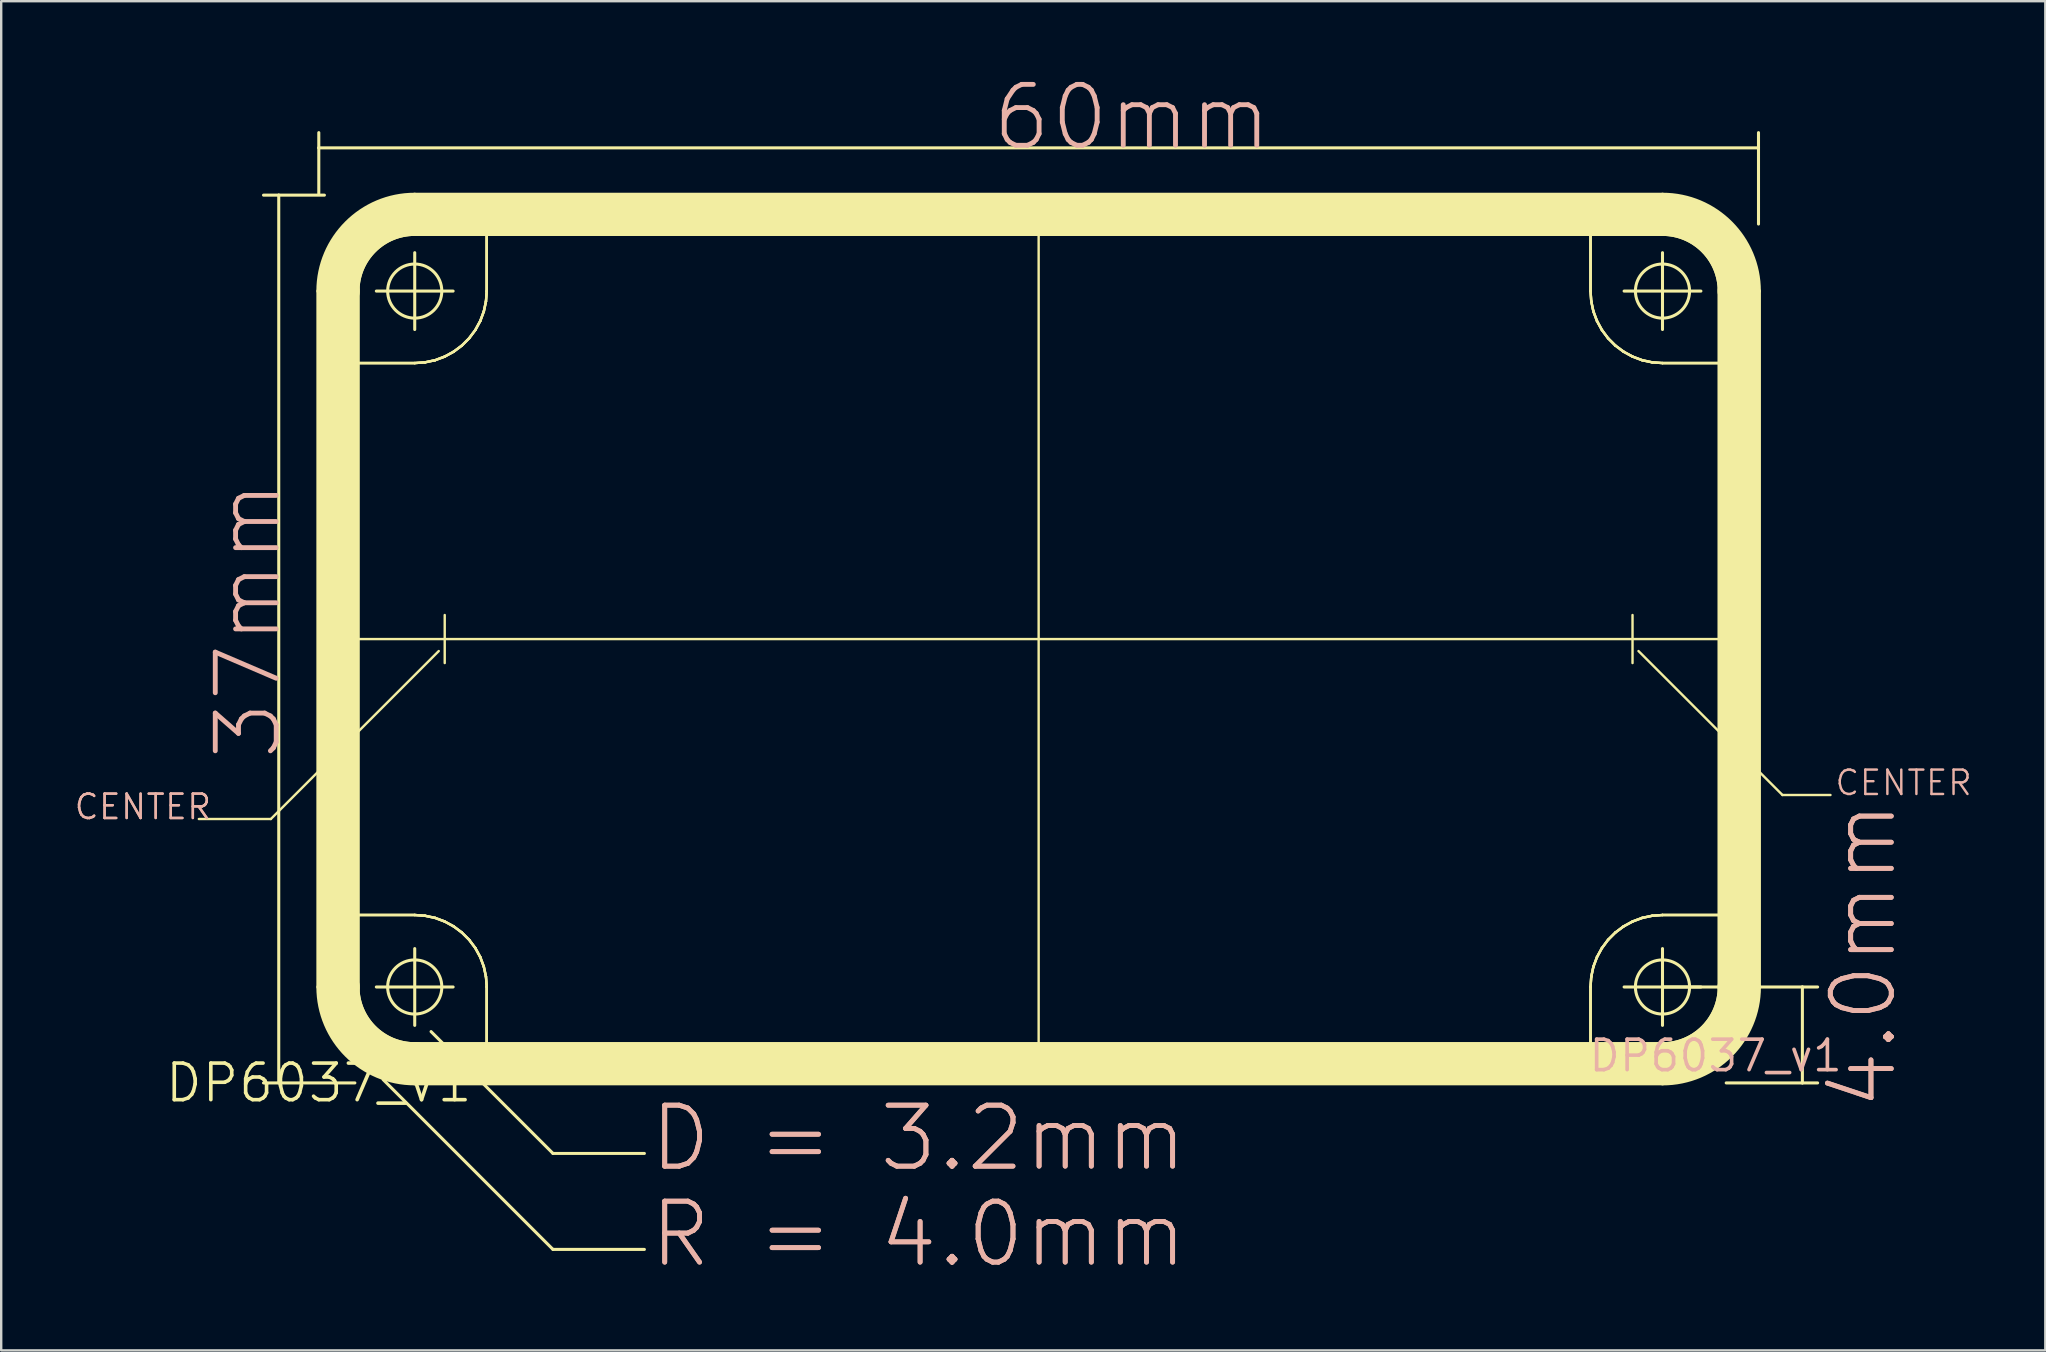
<source format=kicad_pcb>
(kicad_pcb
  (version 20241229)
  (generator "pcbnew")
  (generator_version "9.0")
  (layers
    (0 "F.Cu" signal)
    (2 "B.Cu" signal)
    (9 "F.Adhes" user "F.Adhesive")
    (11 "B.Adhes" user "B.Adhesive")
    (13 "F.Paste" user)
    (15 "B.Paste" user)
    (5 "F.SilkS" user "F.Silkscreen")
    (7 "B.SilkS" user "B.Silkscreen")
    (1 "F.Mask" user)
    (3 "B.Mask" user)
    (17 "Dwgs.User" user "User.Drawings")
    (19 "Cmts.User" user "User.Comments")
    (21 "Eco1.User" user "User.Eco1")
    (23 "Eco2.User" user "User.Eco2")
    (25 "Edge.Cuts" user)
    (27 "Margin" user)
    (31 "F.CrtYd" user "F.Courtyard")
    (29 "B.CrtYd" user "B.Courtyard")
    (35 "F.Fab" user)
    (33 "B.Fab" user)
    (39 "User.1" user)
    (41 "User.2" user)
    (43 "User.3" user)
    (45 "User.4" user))
  (footprint "DP6037_V1"
    (layer "F.Cu")
    (at 10.236 42.081)
    (property "Reference" "DP6037_V1" (at 0 0 0) (layer "F.SilkS") (effects (font (size 1.524 1.524) (thickness 0.15))))
    (attr exclude_from_pos_files exclude_from_bom)
    (fp_line (start -2.304 -36.998) (end -1.669 -36.998) (stroke (width 0.127) (type solid)) (layer "F.SilkS"))
    (fp_line (start -2.304 0) (end -1.669 0) (stroke (width 0.127) (type solid)) (layer "F.SilkS"))
    (fp_line (start -1.999 -10.998) (end -4.999 -10.998) (stroke (width 0.1) (type solid)) (layer "F.SilkS"))
    (fp_line (start -1.669 -36.998) (end 0.234 -36.998) (stroke (width 0.127) (type solid)) (layer "F.SilkS"))
    (fp_line (start -1.669 0) (end -1.669 -36.998) (stroke (width 0.127) (type solid)) (layer "F.SilkS"))
    (fp_line (start -1.669 0) (end 1.504 0) (stroke (width 0.127) (type solid)) (layer "F.SilkS"))
    (fp_line (start 0 -39.604) (end 0 -38.969) (stroke (width 0.127) (type solid)) (layer "F.SilkS"))
    (fp_line (start 0 -38.969) (end 0 -37.064) (stroke (width 0.127) (type solid)) (layer "F.SilkS"))
    (fp_line (start 0 -38.969) (end 60 -38.969) (stroke (width 0.127) (type solid)) (layer "F.SilkS"))
    (fp_line (start 0 -33) (end 0 -3.998) (stroke (width 0.203) (type solid)) (layer "F.SilkS"))
    (fp_line (start 0 -33) (end 0.033 -33.52) (stroke (width 0.1) (type solid)) (layer "F.SilkS"))
    (fp_line (start 0 -33) (end 0.033 -33.52) (stroke (width 0.1) (type solid)) (layer "F.SilkS"))
    (fp_line (start 0 -33) (end 0.033 -33.52) (stroke (width 0.1) (type solid)) (layer "F.SilkS"))
    (fp_line (start 0 -30) (end 0 -33) (stroke (width 0.1) (type solid)) (layer "F.SilkS"))
    (fp_line (start 0 -30) (end 0 -33) (stroke (width 0.1) (type solid)) (layer "F.SilkS"))
    (fp_line (start 0 -30) (end 0 -33) (stroke (width 0.1) (type solid)) (layer "F.SilkS"))
    (fp_line (start 0 -18.499) (end 60 -18.499) (stroke (width 0.1) (type solid)) (layer "F.SilkS"))
    (fp_line (start 0 -6.998) (end 3.998 -6.998) (stroke (width 0.1) (type solid)) (layer "F.SilkS"))
    (fp_line (start 0 -6.998) (end 3.998 -6.998) (stroke (width 0.1) (type solid)) (layer "F.SilkS"))
    (fp_line (start 0 -6.998) (end 3.998 -6.998) (stroke (width 0.1) (type solid)) (layer "F.SilkS"))
    (fp_line (start 0 -3.998) (end 0 -6.998) (stroke (width 0.1) (type solid)) (layer "F.SilkS"))
    (fp_line (start 0 -3.998) (end 0 -6.998) (stroke (width 0.1) (type solid)) (layer "F.SilkS"))
    (fp_line (start 0 -3.998) (end 0 -6.998) (stroke (width 0.1) (type solid)) (layer "F.SilkS"))
    (fp_line (start 0.033 -33.52) (end 0.135 -34.033) (stroke (width 0.1) (type solid)) (layer "F.SilkS"))
    (fp_line (start 0.033 -33.52) (end 0.135 -34.033) (stroke (width 0.1) (type solid)) (layer "F.SilkS"))
    (fp_line (start 0.033 -33.52) (end 0.135 -34.033) (stroke (width 0.1) (type solid)) (layer "F.SilkS"))
    (fp_line (start 0.033 -3.477) (end 0 -3.998) (stroke (width 0.1) (type solid)) (layer "F.SilkS"))
    (fp_line (start 0.033 -3.477) (end 0 -3.998) (stroke (width 0.1) (type solid)) (layer "F.SilkS"))
    (fp_line (start 0.033 -3.477) (end 0 -3.998) (stroke (width 0.1) (type solid)) (layer "F.SilkS"))
    (fp_line (start 0.135 -34.033) (end 0.302 -34.529) (stroke (width 0.1) (type solid)) (layer "F.SilkS"))
    (fp_line (start 0.135 -34.033) (end 0.302 -34.529) (stroke (width 0.1) (type solid)) (layer "F.SilkS"))
    (fp_line (start 0.135 -34.033) (end 0.302 -34.529) (stroke (width 0.1) (type solid)) (layer "F.SilkS"))
    (fp_line (start 0.135 -2.964) (end 0.033 -3.477) (stroke (width 0.1) (type solid)) (layer "F.SilkS"))
    (fp_line (start 0.135 -2.964) (end 0.033 -3.477) (stroke (width 0.1) (type solid)) (layer "F.SilkS"))
    (fp_line (start 0.135 -2.964) (end 0.033 -3.477) (stroke (width 0.1) (type solid)) (layer "F.SilkS"))
    (fp_line (start 0.302 -34.529) (end 0.533 -34.999) (stroke (width 0.1) (type solid)) (layer "F.SilkS"))
    (fp_line (start 0.302 -34.529) (end 0.533 -34.999) (stroke (width 0.1) (type solid)) (layer "F.SilkS"))
    (fp_line (start 0.302 -34.529) (end 0.533 -34.999) (stroke (width 0.1) (type solid)) (layer "F.SilkS"))
    (fp_line (start 0.302 -2.469) (end 0.135 -2.964) (stroke (width 0.1) (type solid)) (layer "F.SilkS"))
    (fp_line (start 0.302 -2.469) (end 0.135 -2.964) (stroke (width 0.1) (type solid)) (layer "F.SilkS"))
    (fp_line (start 0.302 -2.469) (end 0.135 -2.964) (stroke (width 0.1) (type solid)) (layer "F.SilkS"))
    (fp_line (start 0.533 -34.999) (end 0.826 -35.433) (stroke (width 0.1) (type solid)) (layer "F.SilkS"))
    (fp_line (start 0.533 -34.999) (end 0.826 -35.433) (stroke (width 0.1) (type solid)) (layer "F.SilkS"))
    (fp_line (start 0.533 -34.999) (end 0.826 -35.433) (stroke (width 0.1) (type solid)) (layer "F.SilkS"))
    (fp_line (start 0.533 -1.999) (end 0.302 -2.469) (stroke (width 0.1) (type solid)) (layer "F.SilkS"))
    (fp_line (start 0.533 -1.999) (end 0.302 -2.469) (stroke (width 0.1) (type solid)) (layer "F.SilkS"))
    (fp_line (start 0.533 -1.999) (end 0.302 -2.469) (stroke (width 0.1) (type solid)) (layer "F.SilkS"))
    (fp_line (start 0.826 -35.433) (end 1.171 -35.827) (stroke (width 0.1) (type solid)) (layer "F.SilkS"))
    (fp_line (start 0.826 -35.433) (end 1.171 -35.827) (stroke (width 0.1) (type solid)) (layer "F.SilkS"))
    (fp_line (start 0.826 -35.433) (end 1.171 -35.827) (stroke (width 0.1) (type solid)) (layer "F.SilkS"))
    (fp_line (start 0.826 -1.565) (end 0.533 -1.999) (stroke (width 0.1) (type solid)) (layer "F.SilkS"))
    (fp_line (start 0.826 -1.565) (end 0.533 -1.999) (stroke (width 0.1) (type solid)) (layer "F.SilkS"))
    (fp_line (start 0.826 -1.565) (end 0.533 -1.999) (stroke (width 0.1) (type solid)) (layer "F.SilkS"))
    (fp_line (start 0.848 -3.998) (end 0.848 -33) (stroke (width 1.699) (type solid)) (layer "F.SilkS"))
    (fp_line (start 0.848 -3.998) (end 0.848 -33) (stroke (width 1.699) (type solid)) (layer "F.SilkS"))
    (fp_line (start 1.171 -35.827) (end 1.565 -36.172) (stroke (width 0.1) (type solid)) (layer "F.SilkS"))
    (fp_line (start 1.171 -35.827) (end 1.565 -36.172) (stroke (width 0.1) (type solid)) (layer "F.SilkS"))
    (fp_line (start 1.171 -35.827) (end 1.565 -36.172) (stroke (width 0.1) (type solid)) (layer "F.SilkS"))
    (fp_line (start 1.171 -1.171) (end 0.826 -1.565) (stroke (width 0.1) (type solid)) (layer "F.SilkS"))
    (fp_line (start 1.171 -1.171) (end 0.826 -1.565) (stroke (width 0.1) (type solid)) (layer "F.SilkS"))
    (fp_line (start 1.171 -1.171) (end 0.826 -1.565) (stroke (width 0.1) (type solid)) (layer "F.SilkS"))
    (fp_line (start 1.565 -36.172) (end 1.999 -36.462) (stroke (width 0.1) (type solid)) (layer "F.SilkS"))
    (fp_line (start 1.565 -36.172) (end 1.999 -36.462) (stroke (width 0.1) (type solid)) (layer "F.SilkS"))
    (fp_line (start 1.565 -36.172) (end 1.999 -36.462) (stroke (width 0.1) (type solid)) (layer "F.SilkS"))
    (fp_line (start 1.565 -0.826) (end 1.171 -1.171) (stroke (width 0.1) (type solid)) (layer "F.SilkS"))
    (fp_line (start 1.565 -0.826) (end 1.171 -1.171) (stroke (width 0.1) (type solid)) (layer "F.SilkS"))
    (fp_line (start 1.565 -0.826) (end 1.171 -1.171) (stroke (width 0.1) (type solid)) (layer "F.SilkS"))
    (fp_line (start 1.999 -36.462) (end 2.469 -36.695) (stroke (width 0.1) (type solid)) (layer "F.SilkS"))
    (fp_line (start 1.999 -36.462) (end 2.469 -36.695) (stroke (width 0.1) (type solid)) (layer "F.SilkS"))
    (fp_line (start 1.999 -36.462) (end 2.469 -36.695) (stroke (width 0.1) (type solid)) (layer "F.SilkS"))
    (fp_line (start 1.999 -0.533) (end 1.565 -0.826) (stroke (width 0.1) (type solid)) (layer "F.SilkS"))
    (fp_line (start 1.999 -0.533) (end 1.565 -0.826) (stroke (width 0.1) (type solid)) (layer "F.SilkS"))
    (fp_line (start 1.999 -0.533) (end 1.565 -0.826) (stroke (width 0.1) (type solid)) (layer "F.SilkS"))
    (fp_line (start 2.398 -33) (end 5.598 -33) (stroke (width 0.127) (type solid)) (layer "F.SilkS"))
    (fp_line (start 2.398 -3.998) (end 5.598 -3.998) (stroke (width 0.127) (type solid)) (layer "F.SilkS"))
    (fp_line (start 2.469 -36.695) (end 2.964 -36.863) (stroke (width 0.1) (type solid)) (layer "F.SilkS"))
    (fp_line (start 2.469 -36.695) (end 2.964 -36.863) (stroke (width 0.1) (type solid)) (layer "F.SilkS"))
    (fp_line (start 2.469 -36.695) (end 2.964 -36.863) (stroke (width 0.1) (type solid)) (layer "F.SilkS"))
    (fp_line (start 2.469 -0.302) (end 1.999 -0.533) (stroke (width 0.1) (type solid)) (layer "F.SilkS"))
    (fp_line (start 2.469 -0.302) (end 1.999 -0.533) (stroke (width 0.1) (type solid)) (layer "F.SilkS"))
    (fp_line (start 2.469 -0.302) (end 1.999 -0.533) (stroke (width 0.1) (type solid)) (layer "F.SilkS"))
    (fp_line (start 2.68 -0.14) (end 9.759 6.939) (stroke (width 0.127) (type solid)) (layer "F.SilkS"))
    (fp_line (start 2.964 -36.863) (end 3.477 -36.965) (stroke (width 0.1) (type solid)) (layer "F.SilkS"))
    (fp_line (start 2.964 -36.863) (end 3.477 -36.965) (stroke (width 0.1) (type solid)) (layer "F.SilkS"))
    (fp_line (start 2.964 -36.863) (end 3.477 -36.965) (stroke (width 0.1) (type solid)) (layer "F.SilkS"))
    (fp_line (start 2.964 -0.135) (end 2.469 -0.302) (stroke (width 0.1) (type solid)) (layer "F.SilkS"))
    (fp_line (start 2.964 -0.135) (end 2.469 -0.302) (stroke (width 0.1) (type solid)) (layer "F.SilkS"))
    (fp_line (start 2.964 -0.135) (end 2.469 -0.302) (stroke (width 0.1) (type solid)) (layer "F.SilkS"))
    (fp_line (start 3.477 -36.965) (end 3.998 -36.998) (stroke (width 0.1) (type solid)) (layer "F.SilkS"))
    (fp_line (start 3.477 -36.965) (end 3.998 -36.998) (stroke (width 0.1) (type solid)) (layer "F.SilkS"))
    (fp_line (start 3.477 -36.965) (end 3.998 -36.998) (stroke (width 0.1) (type solid)) (layer "F.SilkS"))
    (fp_line (start 3.477 -0.033) (end 2.964 -0.135) (stroke (width 0.1) (type solid)) (layer "F.SilkS"))
    (fp_line (start 3.477 -0.033) (end 2.964 -0.135) (stroke (width 0.1) (type solid)) (layer "F.SilkS"))
    (fp_line (start 3.477 -0.033) (end 2.964 -0.135) (stroke (width 0.1) (type solid)) (layer "F.SilkS"))
    (fp_line (start 3.998 -36.998) (end 6.998 -36.998) (stroke (width 0.1) (type solid)) (layer "F.SilkS"))
    (fp_line (start 3.998 -36.998) (end 6.998 -36.998) (stroke (width 0.1) (type solid)) (layer "F.SilkS"))
    (fp_line (start 3.998 -36.998) (end 6.998 -36.998) (stroke (width 0.1) (type solid)) (layer "F.SilkS"))
    (fp_line (start 3.998 -36.149) (end 55.999 -36.149) (stroke (width 1.699) (type solid)) (layer "F.SilkS"))
    (fp_line (start 3.998 -36.149) (end 55.999 -36.149) (stroke (width 1.699) (type solid)) (layer "F.SilkS"))
    (fp_line (start 3.998 -31.399) (end 3.998 -34.6) (stroke (width 0.127) (type solid)) (layer "F.SilkS"))
    (fp_line (start 3.998 -30) (end 0 -30) (stroke (width 0.1) (type solid)) (layer "F.SilkS"))
    (fp_line (start 3.998 -30) (end 0 -30) (stroke (width 0.1) (type solid)) (layer "F.SilkS"))
    (fp_line (start 3.998 -30) (end 0 -30) (stroke (width 0.1) (type solid)) (layer "F.SilkS"))
    (fp_line (start 3.998 -6.998) (end 4.425 -6.967) (stroke (width 0.1) (type solid)) (layer "F.SilkS"))
    (fp_line (start 3.998 -6.998) (end 4.425 -6.967) (stroke (width 0.1) (type solid)) (layer "F.SilkS"))
    (fp_line (start 3.998 -6.998) (end 4.425 -6.967) (stroke (width 0.1) (type solid)) (layer "F.SilkS"))
    (fp_line (start 3.998 -2.398) (end 3.998 -5.598) (stroke (width 0.127) (type solid)) (layer "F.SilkS"))
    (fp_line (start 3.998 0) (end 3.477 -0.033) (stroke (width 0.1) (type solid)) (layer "F.SilkS"))
    (fp_line (start 3.998 0) (end 3.477 -0.033) (stroke (width 0.1) (type solid)) (layer "F.SilkS"))
    (fp_line (start 3.998 0) (end 3.477 -0.033) (stroke (width 0.1) (type solid)) (layer "F.SilkS"))
    (fp_line (start 3.998 0) (end 55.999 0) (stroke (width 0.203) (type solid)) (layer "F.SilkS"))
    (fp_line (start 4.425 -30.03) (end 3.998 -30) (stroke (width 0.1) (type solid)) (layer "F.SilkS"))
    (fp_line (start 4.425 -30.03) (end 3.998 -30) (stroke (width 0.1) (type solid)) (layer "F.SilkS"))
    (fp_line (start 4.425 -30.03) (end 3.998 -30) (stroke (width 0.1) (type solid)) (layer "F.SilkS"))
    (fp_line (start 4.425 -6.967) (end 4.844 -6.878) (stroke (width 0.1) (type solid)) (layer "F.SilkS"))
    (fp_line (start 4.425 -6.967) (end 4.844 -6.878) (stroke (width 0.1) (type solid)) (layer "F.SilkS"))
    (fp_line (start 4.425 -6.967) (end 4.844 -6.878) (stroke (width 0.1) (type solid)) (layer "F.SilkS"))
    (fp_line (start 4.679 -2.139) (end 9.759 2.939) (stroke (width 0.127) (type solid)) (layer "F.SilkS"))
    (fp_line (start 4.844 -30.119) (end 4.425 -30.03) (stroke (width 0.1) (type solid)) (layer "F.SilkS"))
    (fp_line (start 4.844 -30.119) (end 4.425 -30.03) (stroke (width 0.1) (type solid)) (layer "F.SilkS"))
    (fp_line (start 4.844 -30.119) (end 4.425 -30.03) (stroke (width 0.1) (type solid)) (layer "F.SilkS"))
    (fp_line (start 4.844 -6.878) (end 5.245 -6.728) (stroke (width 0.1) (type solid)) (layer "F.SilkS"))
    (fp_line (start 4.844 -6.878) (end 5.245 -6.728) (stroke (width 0.1) (type solid)) (layer "F.SilkS"))
    (fp_line (start 4.844 -6.878) (end 5.245 -6.728) (stroke (width 0.1) (type solid)) (layer "F.SilkS"))
    (fp_line (start 4.999 -17.998) (end -1.999 -10.998) (stroke (width 0.1) (type solid)) (layer "F.SilkS"))
    (fp_line (start 5.245 -30.269) (end 4.844 -30.119) (stroke (width 0.1) (type solid)) (layer "F.SilkS"))
    (fp_line (start 5.245 -30.269) (end 4.844 -30.119) (stroke (width 0.1) (type solid)) (layer "F.SilkS"))
    (fp_line (start 5.245 -30.269) (end 4.844 -30.119) (stroke (width 0.1) (type solid)) (layer "F.SilkS"))
    (fp_line (start 5.245 -6.728) (end 5.621 -6.523) (stroke (width 0.1) (type solid)) (layer "F.SilkS"))
    (fp_line (start 5.245 -6.728) (end 5.621 -6.523) (stroke (width 0.1) (type solid)) (layer "F.SilkS"))
    (fp_line (start 5.245 -6.728) (end 5.621 -6.523) (stroke (width 0.1) (type solid)) (layer "F.SilkS"))
    (fp_line (start 5.248 -19.5) (end 5.248 -17.498) (stroke (width 0.1) (type solid)) (layer "F.SilkS"))
    (fp_line (start 5.621 -30.475) (end 5.245 -30.269) (stroke (width 0.1) (type solid)) (layer "F.SilkS"))
    (fp_line (start 5.621 -30.475) (end 5.245 -30.269) (stroke (width 0.1) (type solid)) (layer "F.SilkS"))
    (fp_line (start 5.621 -30.475) (end 5.245 -30.269) (stroke (width 0.1) (type solid)) (layer "F.SilkS"))
    (fp_line (start 5.621 -6.523) (end 5.964 -6.266) (stroke (width 0.1) (type solid)) (layer "F.SilkS"))
    (fp_line (start 5.621 -6.523) (end 5.964 -6.266) (stroke (width 0.1) (type solid)) (layer "F.SilkS"))
    (fp_line (start 5.621 -6.523) (end 5.964 -6.266) (stroke (width 0.1) (type solid)) (layer "F.SilkS"))
    (fp_line (start 5.964 -30.731) (end 5.621 -30.475) (stroke (width 0.1) (type solid)) (layer "F.SilkS"))
    (fp_line (start 5.964 -30.731) (end 5.621 -30.475) (stroke (width 0.1) (type solid)) (layer "F.SilkS"))
    (fp_line (start 5.964 -30.731) (end 5.621 -30.475) (stroke (width 0.1) (type solid)) (layer "F.SilkS"))
    (fp_line (start 5.964 -6.266) (end 6.266 -5.964) (stroke (width 0.1) (type solid)) (layer "F.SilkS"))
    (fp_line (start 5.964 -6.266) (end 6.266 -5.964) (stroke (width 0.1) (type solid)) (layer "F.SilkS"))
    (fp_line (start 5.964 -6.266) (end 6.266 -5.964) (stroke (width 0.1) (type solid)) (layer "F.SilkS"))
    (fp_line (start 6.266 -31.034) (end 5.964 -30.731) (stroke (width 0.1) (type solid)) (layer "F.SilkS"))
    (fp_line (start 6.266 -31.034) (end 5.964 -30.731) (stroke (width 0.1) (type solid)) (layer "F.SilkS"))
    (fp_line (start 6.266 -31.034) (end 5.964 -30.731) (stroke (width 0.1) (type solid)) (layer "F.SilkS"))
    (fp_line (start 6.266 -5.964) (end 6.523 -5.621) (stroke (width 0.1) (type solid)) (layer "F.SilkS"))
    (fp_line (start 6.266 -5.964) (end 6.523 -5.621) (stroke (width 0.1) (type solid)) (layer "F.SilkS"))
    (fp_line (start 6.266 -5.964) (end 6.523 -5.621) (stroke (width 0.1) (type solid)) (layer "F.SilkS"))
    (fp_line (start 6.523 -31.377) (end 6.266 -31.034) (stroke (width 0.1) (type solid)) (layer "F.SilkS"))
    (fp_line (start 6.523 -31.377) (end 6.266 -31.034) (stroke (width 0.1) (type solid)) (layer "F.SilkS"))
    (fp_line (start 6.523 -31.377) (end 6.266 -31.034) (stroke (width 0.1) (type solid)) (layer "F.SilkS"))
    (fp_line (start 6.523 -5.621) (end 6.728 -5.245) (stroke (width 0.1) (type solid)) (layer "F.SilkS"))
    (fp_line (start 6.523 -5.621) (end 6.728 -5.245) (stroke (width 0.1) (type solid)) (layer "F.SilkS"))
    (fp_line (start 6.523 -5.621) (end 6.728 -5.245) (stroke (width 0.1) (type solid)) (layer "F.SilkS"))
    (fp_line (start 6.728 -31.753) (end 6.523 -31.377) (stroke (width 0.1) (type solid)) (layer "F.SilkS"))
    (fp_line (start 6.728 -31.753) (end 6.523 -31.377) (stroke (width 0.1) (type solid)) (layer "F.SilkS"))
    (fp_line (start 6.728 -31.753) (end 6.523 -31.377) (stroke (width 0.1) (type solid)) (layer "F.SilkS"))
    (fp_line (start 6.728 -5.245) (end 6.878 -4.844) (stroke (width 0.1) (type solid)) (layer "F.SilkS"))
    (fp_line (start 6.728 -5.245) (end 6.878 -4.844) (stroke (width 0.1) (type solid)) (layer "F.SilkS"))
    (fp_line (start 6.728 -5.245) (end 6.878 -4.844) (stroke (width 0.1) (type solid)) (layer "F.SilkS"))
    (fp_line (start 6.878 -32.154) (end 6.728 -31.753) (stroke (width 0.1) (type solid)) (layer "F.SilkS"))
    (fp_line (start 6.878 -32.154) (end 6.728 -31.753) (stroke (width 0.1) (type solid)) (layer "F.SilkS"))
    (fp_line (start 6.878 -32.154) (end 6.728 -31.753) (stroke (width 0.1) (type solid)) (layer "F.SilkS"))
    (fp_line (start 6.878 -4.844) (end 6.967 -4.425) (stroke (width 0.1) (type solid)) (layer "F.SilkS"))
    (fp_line (start 6.878 -4.844) (end 6.967 -4.425) (stroke (width 0.1) (type solid)) (layer "F.SilkS"))
    (fp_line (start 6.878 -4.844) (end 6.967 -4.425) (stroke (width 0.1) (type solid)) (layer "F.SilkS"))
    (fp_line (start 6.967 -32.573) (end 6.878 -32.154) (stroke (width 0.1) (type solid)) (layer "F.SilkS"))
    (fp_line (start 6.967 -32.573) (end 6.878 -32.154) (stroke (width 0.1) (type solid)) (layer "F.SilkS"))
    (fp_line (start 6.967 -32.573) (end 6.878 -32.154) (stroke (width 0.1) (type solid)) (layer "F.SilkS"))
    (fp_line (start 6.967 -4.425) (end 6.998 -3.998) (stroke (width 0.1) (type solid)) (layer "F.SilkS"))
    (fp_line (start 6.967 -4.425) (end 6.998 -3.998) (stroke (width 0.1) (type solid)) (layer "F.SilkS"))
    (fp_line (start 6.967 -4.425) (end 6.998 -3.998) (stroke (width 0.1) (type solid)) (layer "F.SilkS"))
    (fp_line (start 6.998 -36.998) (end 6.998 -33) (stroke (width 0.1) (type solid)) (layer "F.SilkS"))
    (fp_line (start 6.998 -36.998) (end 6.998 -33) (stroke (width 0.1) (type solid)) (layer "F.SilkS"))
    (fp_line (start 6.998 -36.998) (end 6.998 -33) (stroke (width 0.1) (type solid)) (layer "F.SilkS"))
    (fp_line (start 6.998 -33) (end 6.967 -32.573) (stroke (width 0.1) (type solid)) (layer "F.SilkS"))
    (fp_line (start 6.998 -33) (end 6.967 -32.573) (stroke (width 0.1) (type solid)) (layer "F.SilkS"))
    (fp_line (start 6.998 -33) (end 6.967 -32.573) (stroke (width 0.1) (type solid)) (layer "F.SilkS"))
    (fp_line (start 6.998 -3.998) (end 6.998 0) (stroke (width 0.1) (type solid)) (layer "F.SilkS"))
    (fp_line (start 6.998 -3.998) (end 6.998 0) (stroke (width 0.1) (type solid)) (layer "F.SilkS"))
    (fp_line (start 6.998 -3.998) (end 6.998 0) (stroke (width 0.1) (type solid)) (layer "F.SilkS"))
    (fp_line (start 6.998 0) (end 3.998 0) (stroke (width 0.1) (type solid)) (layer "F.SilkS"))
    (fp_line (start 6.998 0) (end 3.998 0) (stroke (width 0.1) (type solid)) (layer "F.SilkS"))
    (fp_line (start 6.998 0) (end 3.998 0) (stroke (width 0.1) (type solid)) (layer "F.SilkS"))
    (fp_line (start 9.759 2.939) (end 13.569 2.939) (stroke (width 0.127) (type solid)) (layer "F.SilkS"))
    (fp_line (start 9.759 6.939) (end 13.569 6.939) (stroke (width 0.127) (type solid)) (layer "F.SilkS"))
    (fp_line (start 30 -36.998) (end 30 0) (stroke (width 0.1) (type solid)) (layer "F.SilkS"))
    (fp_line (start 53 -36.998) (end 55.999 -36.998) (stroke (width 0.1) (type solid)) (layer "F.SilkS"))
    (fp_line (start 53 -36.998) (end 55.999 -36.998) (stroke (width 0.1) (type solid)) (layer "F.SilkS"))
    (fp_line (start 53 -36.998) (end 55.999 -36.998) (stroke (width 0.1) (type solid)) (layer "F.SilkS"))
    (fp_line (start 53 -33) (end 53 -36.998) (stroke (width 0.1) (type solid)) (layer "F.SilkS"))
    (fp_line (start 53 -33) (end 53 -36.998) (stroke (width 0.1) (type solid)) (layer "F.SilkS"))
    (fp_line (start 53 -33) (end 53 -36.998) (stroke (width 0.1) (type solid)) (layer "F.SilkS"))
    (fp_line (start 53 -3.998) (end 53.03 -4.425) (stroke (width 0.1) (type solid)) (layer "F.SilkS"))
    (fp_line (start 53 -3.998) (end 53.03 -4.425) (stroke (width 0.1) (type solid)) (layer "F.SilkS"))
    (fp_line (start 53 -3.998) (end 53.03 -4.425) (stroke (width 0.1) (type solid)) (layer "F.SilkS"))
    (fp_line (start 53 0) (end 53 -3.998) (stroke (width 0.1) (type solid)) (layer "F.SilkS"))
    (fp_line (start 53 0) (end 53 -3.998) (stroke (width 0.1) (type solid)) (layer "F.SilkS"))
    (fp_line (start 53 0) (end 53 -3.998) (stroke (width 0.1) (type solid)) (layer "F.SilkS"))
    (fp_line (start 53.03 -32.573) (end 53 -33) (stroke (width 0.1) (type solid)) (layer "F.SilkS"))
    (fp_line (start 53.03 -32.573) (end 53 -33) (stroke (width 0.1) (type solid)) (layer "F.SilkS"))
    (fp_line (start 53.03 -32.573) (end 53 -33) (stroke (width 0.1) (type solid)) (layer "F.SilkS"))
    (fp_line (start 53.03 -4.425) (end 53.119 -4.844) (stroke (width 0.1) (type solid)) (layer "F.SilkS"))
    (fp_line (start 53.03 -4.425) (end 53.119 -4.844) (stroke (width 0.1) (type solid)) (layer "F.SilkS"))
    (fp_line (start 53.03 -4.425) (end 53.119 -4.844) (stroke (width 0.1) (type solid)) (layer "F.SilkS"))
    (fp_line (start 53.119 -32.154) (end 53.03 -32.573) (stroke (width 0.1) (type solid)) (layer "F.SilkS"))
    (fp_line (start 53.119 -32.154) (end 53.03 -32.573) (stroke (width 0.1) (type solid)) (layer "F.SilkS"))
    (fp_line (start 53.119 -32.154) (end 53.03 -32.573) (stroke (width 0.1) (type solid)) (layer "F.SilkS"))
    (fp_line (start 53.119 -4.844) (end 53.269 -5.245) (stroke (width 0.1) (type solid)) (layer "F.SilkS"))
    (fp_line (start 53.119 -4.844) (end 53.269 -5.245) (stroke (width 0.1) (type solid)) (layer "F.SilkS"))
    (fp_line (start 53.119 -4.844) (end 53.269 -5.245) (stroke (width 0.1) (type solid)) (layer "F.SilkS"))
    (fp_line (start 53.269 -31.753) (end 53.119 -32.154) (stroke (width 0.1) (type solid)) (layer "F.SilkS"))
    (fp_line (start 53.269 -31.753) (end 53.119 -32.154) (stroke (width 0.1) (type solid)) (layer "F.SilkS"))
    (fp_line (start 53.269 -31.753) (end 53.119 -32.154) (stroke (width 0.1) (type solid)) (layer "F.SilkS"))
    (fp_line (start 53.269 -5.245) (end 53.475 -5.621) (stroke (width 0.1) (type solid)) (layer "F.SilkS"))
    (fp_line (start 53.269 -5.245) (end 53.475 -5.621) (stroke (width 0.1) (type solid)) (layer "F.SilkS"))
    (fp_line (start 53.269 -5.245) (end 53.475 -5.621) (stroke (width 0.1) (type solid)) (layer "F.SilkS"))
    (fp_line (start 53.475 -31.377) (end 53.269 -31.753) (stroke (width 0.1) (type solid)) (layer "F.SilkS"))
    (fp_line (start 53.475 -31.377) (end 53.269 -31.753) (stroke (width 0.1) (type solid)) (layer "F.SilkS"))
    (fp_line (start 53.475 -31.377) (end 53.269 -31.753) (stroke (width 0.1) (type solid)) (layer "F.SilkS"))
    (fp_line (start 53.475 -5.621) (end 53.731 -5.964) (stroke (width 0.1) (type solid)) (layer "F.SilkS"))
    (fp_line (start 53.475 -5.621) (end 53.731 -5.964) (stroke (width 0.1) (type solid)) (layer "F.SilkS"))
    (fp_line (start 53.475 -5.621) (end 53.731 -5.964) (stroke (width 0.1) (type solid)) (layer "F.SilkS"))
    (fp_line (start 53.731 -31.034) (end 53.475 -31.377) (stroke (width 0.1) (type solid)) (layer "F.SilkS"))
    (fp_line (start 53.731 -31.034) (end 53.475 -31.377) (stroke (width 0.1) (type solid)) (layer "F.SilkS"))
    (fp_line (start 53.731 -31.034) (end 53.475 -31.377) (stroke (width 0.1) (type solid)) (layer "F.SilkS"))
    (fp_line (start 53.731 -5.964) (end 54.033 -6.266) (stroke (width 0.1) (type solid)) (layer "F.SilkS"))
    (fp_line (start 53.731 -5.964) (end 54.033 -6.266) (stroke (width 0.1) (type solid)) (layer "F.SilkS"))
    (fp_line (start 53.731 -5.964) (end 54.033 -6.266) (stroke (width 0.1) (type solid)) (layer "F.SilkS"))
    (fp_line (start 54.033 -30.731) (end 53.731 -31.034) (stroke (width 0.1) (type solid)) (layer "F.SilkS"))
    (fp_line (start 54.033 -30.731) (end 53.731 -31.034) (stroke (width 0.1) (type solid)) (layer "F.SilkS"))
    (fp_line (start 54.033 -30.731) (end 53.731 -31.034) (stroke (width 0.1) (type solid)) (layer "F.SilkS"))
    (fp_line (start 54.033 -6.266) (end 54.376 -6.523) (stroke (width 0.1) (type solid)) (layer "F.SilkS"))
    (fp_line (start 54.033 -6.266) (end 54.376 -6.523) (stroke (width 0.1) (type solid)) (layer "F.SilkS"))
    (fp_line (start 54.033 -6.266) (end 54.376 -6.523) (stroke (width 0.1) (type solid)) (layer "F.SilkS"))
    (fp_line (start 54.376 -30.475) (end 54.033 -30.731) (stroke (width 0.1) (type solid)) (layer "F.SilkS"))
    (fp_line (start 54.376 -30.475) (end 54.033 -30.731) (stroke (width 0.1) (type solid)) (layer "F.SilkS"))
    (fp_line (start 54.376 -30.475) (end 54.033 -30.731) (stroke (width 0.1) (type solid)) (layer "F.SilkS"))
    (fp_line (start 54.376 -6.523) (end 54.752 -6.728) (stroke (width 0.1) (type solid)) (layer "F.SilkS"))
    (fp_line (start 54.376 -6.523) (end 54.752 -6.728) (stroke (width 0.1) (type solid)) (layer "F.SilkS"))
    (fp_line (start 54.376 -6.523) (end 54.752 -6.728) (stroke (width 0.1) (type solid)) (layer "F.SilkS"))
    (fp_line (start 54.399 -33) (end 57.6 -33) (stroke (width 0.127) (type solid)) (layer "F.SilkS"))
    (fp_line (start 54.399 -3.998) (end 57.6 -3.998) (stroke (width 0.127) (type solid)) (layer "F.SilkS"))
    (fp_line (start 54.75 -19.5) (end 54.75 -17.498) (stroke (width 0.1) (type solid)) (layer "F.SilkS"))
    (fp_line (start 54.752 -30.269) (end 54.376 -30.475) (stroke (width 0.1) (type solid)) (layer "F.SilkS"))
    (fp_line (start 54.752 -30.269) (end 54.376 -30.475) (stroke (width 0.1) (type solid)) (layer "F.SilkS"))
    (fp_line (start 54.752 -30.269) (end 54.376 -30.475) (stroke (width 0.1) (type solid)) (layer "F.SilkS"))
    (fp_line (start 54.752 -6.728) (end 55.154 -6.878) (stroke (width 0.1) (type solid)) (layer "F.SilkS"))
    (fp_line (start 54.752 -6.728) (end 55.154 -6.878) (stroke (width 0.1) (type solid)) (layer "F.SilkS"))
    (fp_line (start 54.752 -6.728) (end 55.154 -6.878) (stroke (width 0.1) (type solid)) (layer "F.SilkS"))
    (fp_line (start 54.999 -17.998) (end 60.998 -11.999) (stroke (width 0.1) (type solid)) (layer "F.SilkS"))
    (fp_line (start 55.154 -30.119) (end 54.752 -30.269) (stroke (width 0.1) (type solid)) (layer "F.SilkS"))
    (fp_line (start 55.154 -30.119) (end 54.752 -30.269) (stroke (width 0.1) (type solid)) (layer "F.SilkS"))
    (fp_line (start 55.154 -30.119) (end 54.752 -30.269) (stroke (width 0.1) (type solid)) (layer "F.SilkS"))
    (fp_line (start 55.154 -6.878) (end 55.573 -6.967) (stroke (width 0.1) (type solid)) (layer "F.SilkS"))
    (fp_line (start 55.154 -6.878) (end 55.573 -6.967) (stroke (width 0.1) (type solid)) (layer "F.SilkS"))
    (fp_line (start 55.154 -6.878) (end 55.573 -6.967) (stroke (width 0.1) (type solid)) (layer "F.SilkS"))
    (fp_line (start 55.573 -30.03) (end 55.154 -30.119) (stroke (width 0.1) (type solid)) (layer "F.SilkS"))
    (fp_line (start 55.573 -30.03) (end 55.154 -30.119) (stroke (width 0.1) (type solid)) (layer "F.SilkS"))
    (fp_line (start 55.573 -30.03) (end 55.154 -30.119) (stroke (width 0.1) (type solid)) (layer "F.SilkS"))
    (fp_line (start 55.573 -6.967) (end 55.999 -6.998) (stroke (width 0.1) (type solid)) (layer "F.SilkS"))
    (fp_line (start 55.573 -6.967) (end 55.999 -6.998) (stroke (width 0.1) (type solid)) (layer "F.SilkS"))
    (fp_line (start 55.573 -6.967) (end 55.999 -6.998) (stroke (width 0.1) (type solid)) (layer "F.SilkS"))
    (fp_line (start 55.999 -36.998) (end 3.998 -36.998) (stroke (width 0.203) (type solid)) (layer "F.SilkS"))
    (fp_line (start 55.999 -36.998) (end 56.52 -36.965) (stroke (width 0.1) (type solid)) (layer "F.SilkS"))
    (fp_line (start 55.999 -36.998) (end 56.52 -36.965) (stroke (width 0.1) (type solid)) (layer "F.SilkS"))
    (fp_line (start 55.999 -36.998) (end 56.52 -36.965) (stroke (width 0.1) (type solid)) (layer "F.SilkS"))
    (fp_line (start 55.999 -31.399) (end 55.999 -34.6) (stroke (width 0.127) (type solid)) (layer "F.SilkS"))
    (fp_line (start 55.999 -30) (end 55.573 -30.03) (stroke (width 0.1) (type solid)) (layer "F.SilkS"))
    (fp_line (start 55.999 -30) (end 55.573 -30.03) (stroke (width 0.1) (type solid)) (layer "F.SilkS"))
    (fp_line (start 55.999 -30) (end 55.573 -30.03) (stroke (width 0.1) (type solid)) (layer "F.SilkS"))
    (fp_line (start 55.999 -6.998) (end 60 -6.998) (stroke (width 0.1) (type solid)) (layer "F.SilkS"))
    (fp_line (start 55.999 -6.998) (end 60 -6.998) (stroke (width 0.1) (type solid)) (layer "F.SilkS"))
    (fp_line (start 55.999 -6.998) (end 60 -6.998) (stroke (width 0.1) (type solid)) (layer "F.SilkS"))
    (fp_line (start 55.999 -3.998) (end 61.829 -3.998) (stroke (width 0.127) (type solid)) (layer "F.SilkS"))
    (fp_line (start 55.999 -2.398) (end 55.999 -5.598) (stroke (width 0.127) (type solid)) (layer "F.SilkS"))
    (fp_line (start 55.999 -0.848) (end 3.998 -0.848) (stroke (width 1.699) (type solid)) (layer "F.SilkS"))
    (fp_line (start 55.999 -0.848) (end 3.998 -0.848) (stroke (width 1.699) (type solid)) (layer "F.SilkS"))
    (fp_line (start 55.999 0) (end 53 0) (stroke (width 0.1) (type solid)) (layer "F.SilkS"))
    (fp_line (start 55.999 0) (end 53 0) (stroke (width 0.1) (type solid)) (layer "F.SilkS"))
    (fp_line (start 55.999 0) (end 53 0) (stroke (width 0.1) (type solid)) (layer "F.SilkS"))
    (fp_line (start 56.52 -36.965) (end 57.033 -36.863) (stroke (width 0.1) (type solid)) (layer "F.SilkS"))
    (fp_line (start 56.52 -36.965) (end 57.033 -36.863) (stroke (width 0.1) (type solid)) (layer "F.SilkS"))
    (fp_line (start 56.52 -36.965) (end 57.033 -36.863) (stroke (width 0.1) (type solid)) (layer "F.SilkS"))
    (fp_line (start 56.52 -0.033) (end 55.999 0) (stroke (width 0.1) (type solid)) (layer "F.SilkS"))
    (fp_line (start 56.52 -0.033) (end 55.999 0) (stroke (width 0.1) (type solid)) (layer "F.SilkS"))
    (fp_line (start 56.52 -0.033) (end 55.999 0) (stroke (width 0.1) (type solid)) (layer "F.SilkS"))
    (fp_line (start 57.033 -36.863) (end 57.528 -36.695) (stroke (width 0.1) (type solid)) (layer "F.SilkS"))
    (fp_line (start 57.033 -36.863) (end 57.528 -36.695) (stroke (width 0.1) (type solid)) (layer "F.SilkS"))
    (fp_line (start 57.033 -36.863) (end 57.528 -36.695) (stroke (width 0.1) (type solid)) (layer "F.SilkS"))
    (fp_line (start 57.033 -0.135) (end 56.52 -0.033) (stroke (width 0.1) (type solid)) (layer "F.SilkS"))
    (fp_line (start 57.033 -0.135) (end 56.52 -0.033) (stroke (width 0.1) (type solid)) (layer "F.SilkS"))
    (fp_line (start 57.033 -0.135) (end 56.52 -0.033) (stroke (width 0.1) (type solid)) (layer "F.SilkS"))
    (fp_line (start 57.528 -36.695) (end 57.998 -36.462) (stroke (width 0.1) (type solid)) (layer "F.SilkS"))
    (fp_line (start 57.528 -36.695) (end 57.998 -36.462) (stroke (width 0.1) (type solid)) (layer "F.SilkS"))
    (fp_line (start 57.528 -36.695) (end 57.998 -36.462) (stroke (width 0.1) (type solid)) (layer "F.SilkS"))
    (fp_line (start 57.528 -0.302) (end 57.033 -0.135) (stroke (width 0.1) (type solid)) (layer "F.SilkS"))
    (fp_line (start 57.528 -0.302) (end 57.033 -0.135) (stroke (width 0.1) (type solid)) (layer "F.SilkS"))
    (fp_line (start 57.528 -0.302) (end 57.033 -0.135) (stroke (width 0.1) (type solid)) (layer "F.SilkS"))
    (fp_line (start 57.998 -36.462) (end 58.433 -36.172) (stroke (width 0.1) (type solid)) (layer "F.SilkS"))
    (fp_line (start 57.998 -36.462) (end 58.433 -36.172) (stroke (width 0.1) (type solid)) (layer "F.SilkS"))
    (fp_line (start 57.998 -36.462) (end 58.433 -36.172) (stroke (width 0.1) (type solid)) (layer "F.SilkS"))
    (fp_line (start 57.998 -0.533) (end 57.528 -0.302) (stroke (width 0.1) (type solid)) (layer "F.SilkS"))
    (fp_line (start 57.998 -0.533) (end 57.528 -0.302) (stroke (width 0.1) (type solid)) (layer "F.SilkS"))
    (fp_line (start 57.998 -0.533) (end 57.528 -0.302) (stroke (width 0.1) (type solid)) (layer "F.SilkS"))
    (fp_line (start 58.433 -36.172) (end 58.826 -35.827) (stroke (width 0.1) (type solid)) (layer "F.SilkS"))
    (fp_line (start 58.433 -36.172) (end 58.826 -35.827) (stroke (width 0.1) (type solid)) (layer "F.SilkS"))
    (fp_line (start 58.433 -36.172) (end 58.826 -35.827) (stroke (width 0.1) (type solid)) (layer "F.SilkS"))
    (fp_line (start 58.433 -0.826) (end 57.998 -0.533) (stroke (width 0.1) (type solid)) (layer "F.SilkS"))
    (fp_line (start 58.433 -0.826) (end 57.998 -0.533) (stroke (width 0.1) (type solid)) (layer "F.SilkS"))
    (fp_line (start 58.433 -0.826) (end 57.998 -0.533) (stroke (width 0.1) (type solid)) (layer "F.SilkS"))
    (fp_line (start 58.654 0) (end 61.829 0) (stroke (width 0.127) (type solid)) (layer "F.SilkS"))
    (fp_line (start 58.826 -35.827) (end 59.172 -35.433) (stroke (width 0.1) (type solid)) (layer "F.SilkS"))
    (fp_line (start 58.826 -35.827) (end 59.172 -35.433) (stroke (width 0.1) (type solid)) (layer "F.SilkS"))
    (fp_line (start 58.826 -35.827) (end 59.172 -35.433) (stroke (width 0.1) (type solid)) (layer "F.SilkS"))
    (fp_line (start 58.826 -1.171) (end 58.433 -0.826) (stroke (width 0.1) (type solid)) (layer "F.SilkS"))
    (fp_line (start 58.826 -1.171) (end 58.433 -0.826) (stroke (width 0.1) (type solid)) (layer "F.SilkS"))
    (fp_line (start 58.826 -1.171) (end 58.433 -0.826) (stroke (width 0.1) (type solid)) (layer "F.SilkS"))
    (fp_line (start 59.149 -33) (end 59.149 -3.998) (stroke (width 1.699) (type solid)) (layer "F.SilkS"))
    (fp_line (start 59.149 -33) (end 59.149 -3.998) (stroke (width 1.699) (type solid)) (layer "F.SilkS"))
    (fp_line (start 59.172 -35.433) (end 59.464 -34.999) (stroke (width 0.1) (type solid)) (layer "F.SilkS"))
    (fp_line (start 59.172 -35.433) (end 59.464 -34.999) (stroke (width 0.1) (type solid)) (layer "F.SilkS"))
    (fp_line (start 59.172 -35.433) (end 59.464 -34.999) (stroke (width 0.1) (type solid)) (layer "F.SilkS"))
    (fp_line (start 59.172 -1.565) (end 58.826 -1.171) (stroke (width 0.1) (type solid)) (layer "F.SilkS"))
    (fp_line (start 59.172 -1.565) (end 58.826 -1.171) (stroke (width 0.1) (type solid)) (layer "F.SilkS"))
    (fp_line (start 59.172 -1.565) (end 58.826 -1.171) (stroke (width 0.1) (type solid)) (layer "F.SilkS"))
    (fp_line (start 59.464 -34.999) (end 59.695 -34.529) (stroke (width 0.1) (type solid)) (layer "F.SilkS"))
    (fp_line (start 59.464 -34.999) (end 59.695 -34.529) (stroke (width 0.1) (type solid)) (layer "F.SilkS"))
    (fp_line (start 59.464 -34.999) (end 59.695 -34.529) (stroke (width 0.1) (type solid)) (layer "F.SilkS"))
    (fp_line (start 59.464 -1.999) (end 59.172 -1.565) (stroke (width 0.1) (type solid)) (layer "F.SilkS"))
    (fp_line (start 59.464 -1.999) (end 59.172 -1.565) (stroke (width 0.1) (type solid)) (layer "F.SilkS"))
    (fp_line (start 59.464 -1.999) (end 59.172 -1.565) (stroke (width 0.1) (type solid)) (layer "F.SilkS"))
    (fp_line (start 59.695 -34.529) (end 59.863 -34.033) (stroke (width 0.1) (type solid)) (layer "F.SilkS"))
    (fp_line (start 59.695 -34.529) (end 59.863 -34.033) (stroke (width 0.1) (type solid)) (layer "F.SilkS"))
    (fp_line (start 59.695 -34.529) (end 59.863 -34.033) (stroke (width 0.1) (type solid)) (layer "F.SilkS"))
    (fp_line (start 59.695 -2.469) (end 59.464 -1.999) (stroke (width 0.1) (type solid)) (layer "F.SilkS"))
    (fp_line (start 59.695 -2.469) (end 59.464 -1.999) (stroke (width 0.1) (type solid)) (layer "F.SilkS"))
    (fp_line (start 59.695 -2.469) (end 59.464 -1.999) (stroke (width 0.1) (type solid)) (layer "F.SilkS"))
    (fp_line (start 59.863 -34.033) (end 59.964 -33.52) (stroke (width 0.1) (type solid)) (layer "F.SilkS"))
    (fp_line (start 59.863 -34.033) (end 59.964 -33.52) (stroke (width 0.1) (type solid)) (layer "F.SilkS"))
    (fp_line (start 59.863 -34.033) (end 59.964 -33.52) (stroke (width 0.1) (type solid)) (layer "F.SilkS"))
    (fp_line (start 59.863 -2.964) (end 59.695 -2.469) (stroke (width 0.1) (type solid)) (layer "F.SilkS"))
    (fp_line (start 59.863 -2.964) (end 59.695 -2.469) (stroke (width 0.1) (type solid)) (layer "F.SilkS"))
    (fp_line (start 59.863 -2.964) (end 59.695 -2.469) (stroke (width 0.1) (type solid)) (layer "F.SilkS"))
    (fp_line (start 59.964 -33.52) (end 60 -33) (stroke (width 0.1) (type solid)) (layer "F.SilkS"))
    (fp_line (start 59.964 -33.52) (end 60 -33) (stroke (width 0.1) (type solid)) (layer "F.SilkS"))
    (fp_line (start 59.964 -33.52) (end 60 -33) (stroke (width 0.1) (type solid)) (layer "F.SilkS"))
    (fp_line (start 59.964 -3.477) (end 59.863 -2.964) (stroke (width 0.1) (type solid)) (layer "F.SilkS"))
    (fp_line (start 59.964 -3.477) (end 59.863 -2.964) (stroke (width 0.1) (type solid)) (layer "F.SilkS"))
    (fp_line (start 59.964 -3.477) (end 59.863 -2.964) (stroke (width 0.1) (type solid)) (layer "F.SilkS"))
    (fp_line (start 60 -39.604) (end 60 -38.969) (stroke (width 0.127) (type solid)) (layer "F.SilkS"))
    (fp_line (start 60 -38.969) (end 60 -35.794) (stroke (width 0.127) (type solid)) (layer "F.SilkS"))
    (fp_line (start 60 -33) (end 60 -30) (stroke (width 0.1) (type solid)) (layer "F.SilkS"))
    (fp_line (start 60 -33) (end 60 -30) (stroke (width 0.1) (type solid)) (layer "F.SilkS"))
    (fp_line (start 60 -33) (end 60 -30) (stroke (width 0.1) (type solid)) (layer "F.SilkS"))
    (fp_line (start 60 -30) (end 55.999 -30) (stroke (width 0.1) (type solid)) (layer "F.SilkS"))
    (fp_line (start 60 -30) (end 55.999 -30) (stroke (width 0.1) (type solid)) (layer "F.SilkS"))
    (fp_line (start 60 -30) (end 55.999 -30) (stroke (width 0.1) (type solid)) (layer "F.SilkS"))
    (fp_line (start 60 -6.998) (end 60 -3.998) (stroke (width 0.1) (type solid)) (layer "F.SilkS"))
    (fp_line (start 60 -6.998) (end 60 -3.998) (stroke (width 0.1) (type solid)) (layer "F.SilkS"))
    (fp_line (start 60 -6.998) (end 60 -3.998) (stroke (width 0.1) (type solid)) (layer "F.SilkS"))
    (fp_line (start 60 -3.998) (end 59.964 -3.477) (stroke (width 0.1) (type solid)) (layer "F.SilkS"))
    (fp_line (start 60 -3.998) (end 59.964 -3.477) (stroke (width 0.1) (type solid)) (layer "F.SilkS"))
    (fp_line (start 60 -3.998) (end 59.964 -3.477) (stroke (width 0.1) (type solid)) (layer "F.SilkS"))
    (fp_line (start 60 -3.998) (end 60 -33) (stroke (width 0.203) (type solid)) (layer "F.SilkS"))
    (fp_line (start 60.998 -11.999) (end 63 -11.999) (stroke (width 0.1) (type solid)) (layer "F.SilkS"))
    (fp_line (start 61.829 -3.998) (end 61.829 0) (stroke (width 0.127) (type solid)) (layer "F.SilkS"))
    (fp_line (start 61.829 -3.998) (end 62.464 -3.998) (stroke (width 0.127) (type solid)) (layer "F.SilkS"))
    (fp_line (start 61.829 0) (end 62.464 0) (stroke (width 0.127) (type solid)) (layer "F.SilkS"))
    (fp_arc (start 0 -32.99968) (mid 1.170975 -35.826665) (end 3.99796 -36.99764) (stroke (width 0.1) (type solid)) (layer "F.SilkS"))
    (fp_arc (start 0 -32.99968) (mid 1.170975 -35.826665) (end 3.99796 -36.99764) (stroke (width 0.2032) (type solid)) (layer "F.SilkS"))
    (fp_arc (start 0.84836 -32.99968) (mid 1.770856 -35.226784) (end 3.99796 -36.14928) (stroke (width 1.69926) (type solid)) (layer "F.SilkS"))
    (fp_arc (start 0.84836 -32.99968) (mid 1.770856 -35.226784) (end 3.99796 -36.14928) (stroke (width 1.69926) (type solid)) (layer "F.SilkS"))
    (fp_arc (start 3.99796 -0.84836) (mid 1.770856 -1.770856) (end 0.84836 -3.99796) (stroke (width 1.69926) (type solid)) (layer "F.SilkS"))
    (fp_arc (start 3.99796 -0.84836) (mid 1.770856 -1.770856) (end 0.84836 -3.99796) (stroke (width 1.69926) (type solid)) (layer "F.SilkS"))
    (fp_arc (start 3.99796 0) (mid 1.170975 -1.170975) (end 0 -3.99796) (stroke (width 0.1) (type solid)) (layer "F.SilkS"))
    (fp_arc (start 3.99796 0) (mid 1.170975 -1.170975) (end 0 -3.99796) (stroke (width 0.2032) (type solid)) (layer "F.SilkS"))
    (fp_arc (start 55.99938 -36.99764) (mid 58.826365 -35.826665) (end 59.99734 -32.99968) (stroke (width 0.1) (type solid)) (layer "F.SilkS"))
    (fp_arc (start 55.99938 -36.99764) (mid 58.826365 -35.826665) (end 59.99734 -32.99968) (stroke (width 0.2032) (type solid)) (layer "F.SilkS"))
    (fp_arc (start 55.99938 -36.14928) (mid 58.226484 -35.226784) (end 59.14898 -32.99968) (stroke (width 1.69926) (type solid)) (layer "F.SilkS"))
    (fp_arc (start 55.99938 -36.14928) (mid 58.226484 -35.226784) (end 59.14898 -32.99968) (stroke (width 1.69926) (type solid)) (layer "F.SilkS"))
    (fp_arc (start 59.14898 -3.99796) (mid 58.226484 -1.770856) (end 55.99938 -0.84836) (stroke (width 1.69926) (type solid)) (layer "F.SilkS"))
    (fp_arc (start 59.14898 -3.99796) (mid 58.226484 -1.770856) (end 55.99938 -0.84836) (stroke (width 1.69926) (type solid)) (layer "F.SilkS"))
    (fp_arc (start 59.99988 -3.99796) (mid 58.828161 -1.169179) (end 55.99938 0.00254) (stroke (width 0.1) (type solid)) (layer "F.SilkS"))
    (fp_arc (start 59.99988 -3.99796) (mid 58.828161 -1.169179) (end 55.99938 0.00254) (stroke (width 0.2032) (type solid)) (layer "F.SilkS"))
    (fp_circle (center 3.998 -33) (end 4.796 -33.797) (stroke (width 0.127) (type solid)) (fill no) (layer "F.SilkS"))
    (fp_circle (center 3.998 -3.998) (end 4.796 -4.796) (stroke (width 0.127) (type solid)) (fill no) (layer "F.SilkS"))
    (fp_circle (center 55.999 -33) (end 56.797 -33.797) (stroke (width 0.127) (type solid)) (fill no) (layer "F.SilkS"))
    (fp_circle (center 55.999 -3.998) (end 56.797 -4.796) (stroke (width 0.127) (type solid)) (fill no) (layer "F.SilkS"))
    (fp_text user "R = 4.0mm" (at 24.999 6.304 0) (layer "B.SilkS") (effects (font (size 2.54 2.54) (thickness 0.203))))
    (fp_text user "D = 3.2mm" (at 24.999 2.304 0) (layer "B.SilkS") (effects (font (size 2.54 2.54) (thickness 0.203))))
    (fp_text user "CENTER" (at 66.048 -12.507 0) (layer "B.SilkS") (effects (font (size 1.016 1.016) (thickness 0.102))))
    (fp_text user "CENTER" (at -7.33 -11.506 0) (layer "B.SilkS") (effects (font (size 1.016 1.016) (thickness 0.102))))
    (fp_text user "DP6037_v1" (at 58.214 -1.133 0) (layer "B.SilkS") (effects (font (size 1.27 1.27) (thickness 0.152))))
    (fp_text user "D = 3.2mm" (at 24.999 2.304 0) (layer "B.SilkS") (effects (font (size 2.54 2.54) (thickness 0.203))))
    (fp_text user "60mm" (at 33.889 -40.239 0) (layer "B.SilkS") (effects (font (size 2.54 2.54) (thickness 0.203))))
    (fp_text user "R = 4.0mm" (at 24.999 6.304 0) (layer "B.SilkS") (effects (font (size 2.54 2.54) (thickness 0.203))))
    (fp_text user "4.0mm" (at 64.369 -5.314 90) (layer "B.SilkS") (effects (font (size 2.54 2.54) (thickness 0.203))))
    (fp_text user "4.0mm" (at 64.369 -5.314 90) (layer "B.SilkS") (effects (font (size 2.54 2.54) (thickness 0.203))))
    (fp_text user "37mm" (at -2.939 -19.284 90) (layer "B.SilkS") (effects (font (size 2.54 2.54) (thickness 0.203))))
    (fp_text user "CENTER" (at -7.33 -11.506 0) (layer "B.SilkS") (effects (font (size 1.016 1.016) (thickness 0.102)))))
  (gr_rect
    (start -3 -3)
    (end 82.189 53.228)
    (stroke (width 0.1) (type default))
    (fill no)
    (layer "Edge.Cuts")))
</source>
